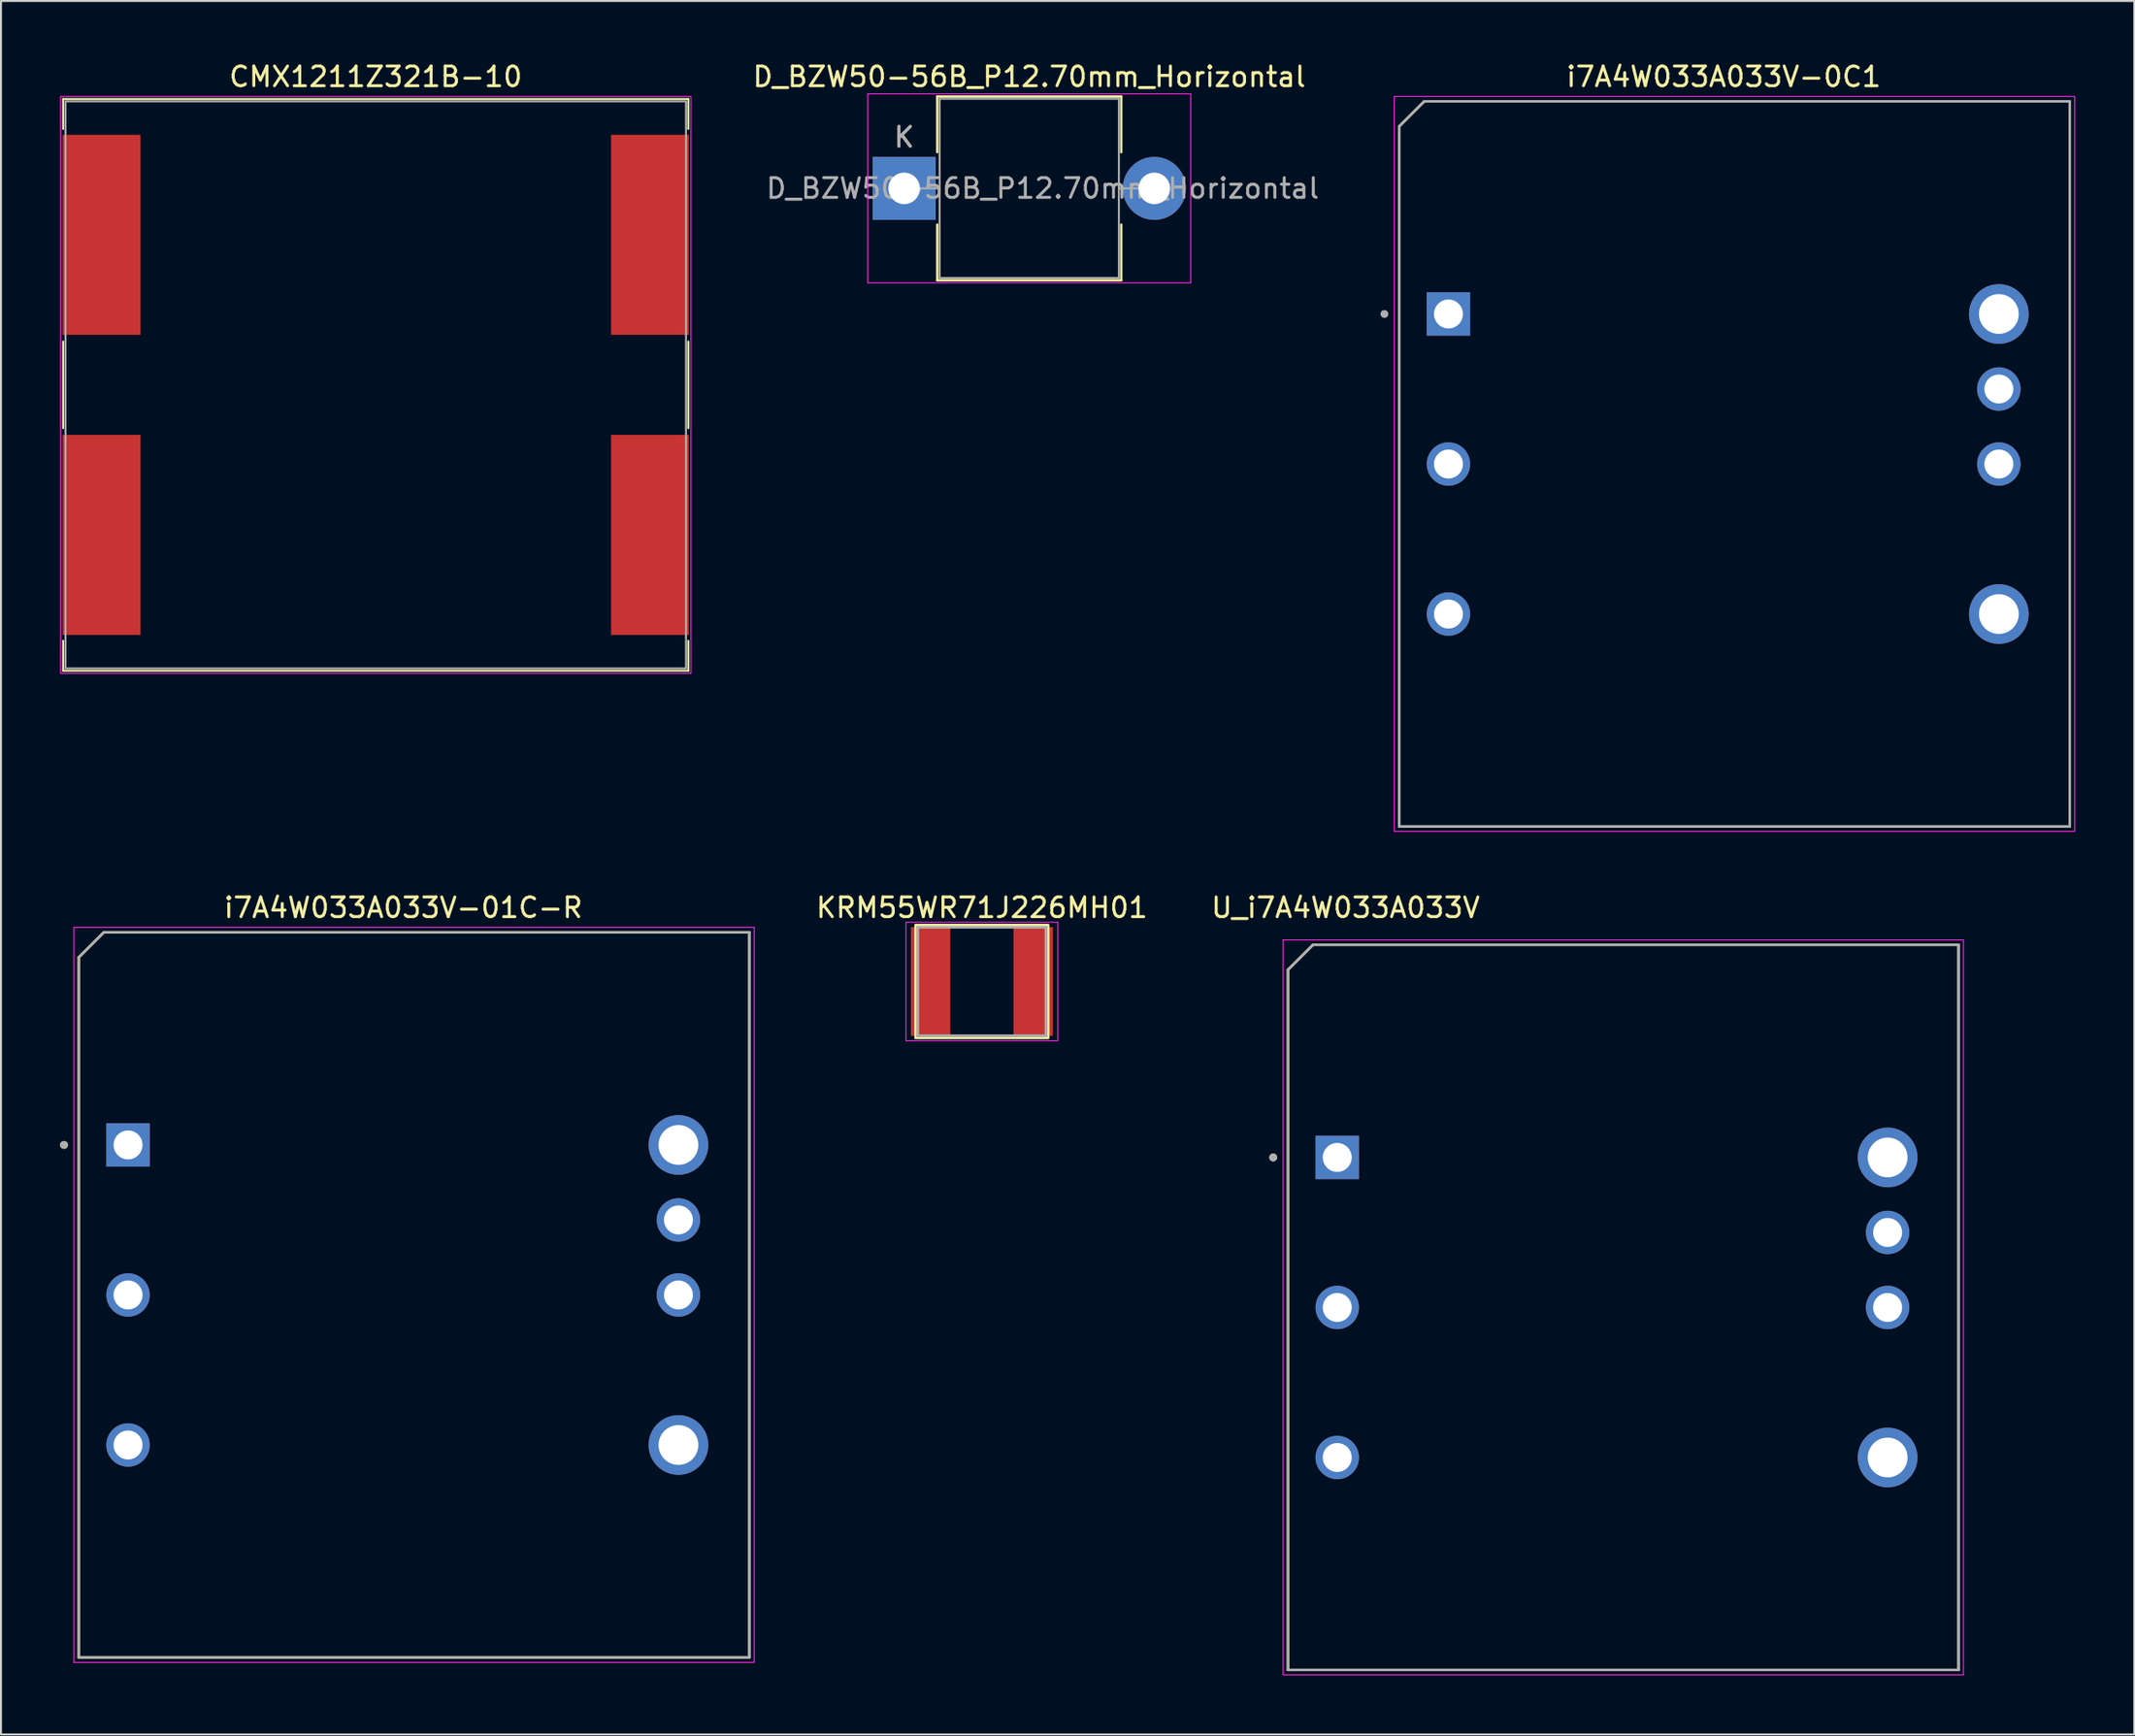
<source format=kicad_pcb>
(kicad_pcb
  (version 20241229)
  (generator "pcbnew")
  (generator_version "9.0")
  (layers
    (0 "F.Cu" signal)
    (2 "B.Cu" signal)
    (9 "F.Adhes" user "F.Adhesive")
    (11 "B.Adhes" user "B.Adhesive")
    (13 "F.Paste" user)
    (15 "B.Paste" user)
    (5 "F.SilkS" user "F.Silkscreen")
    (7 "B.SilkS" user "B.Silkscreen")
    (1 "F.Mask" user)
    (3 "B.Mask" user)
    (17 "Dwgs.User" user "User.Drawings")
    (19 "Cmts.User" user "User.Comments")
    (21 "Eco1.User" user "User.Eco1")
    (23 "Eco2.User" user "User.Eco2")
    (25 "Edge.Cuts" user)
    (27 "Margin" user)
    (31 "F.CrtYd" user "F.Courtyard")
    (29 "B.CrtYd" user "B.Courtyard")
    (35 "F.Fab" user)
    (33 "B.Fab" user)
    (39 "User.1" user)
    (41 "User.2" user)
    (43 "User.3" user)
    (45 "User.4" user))
  (footprint "i7A4W033A033V-01C-R"
    (layer "F.Cu")
    (at 17.42 62.717)
    (property "Reference" "i7A4W033A033V-01C-R" (at 0 -19.665 0) (layer "F.SilkS") (effects (font (size 1 1) (thickness 0.15))))
    (attr through_hole)
    (fp_line (start -16.47 -17.145) (end -15.2 -18.415) (stroke (width 0.127) (type solid)) (layer "F.SilkS"))
    (fp_line (start -16.47 18.415) (end -16.47 -17.145) (stroke (width 0.127) (type solid)) (layer "F.SilkS"))
    (fp_line (start -15.2 -18.415) (end 17.57 -18.415) (stroke (width 0.127) (type solid)) (layer "F.SilkS"))
    (fp_line (start 17.57 -18.415) (end 17.57 18.415) (stroke (width 0.127) (type solid)) (layer "F.SilkS"))
    (fp_line (start 17.57 18.415) (end -16.47 18.415) (stroke (width 0.127) (type solid)) (layer "F.SilkS"))
    (fp_circle (center -17.22 -7.615) (end -17.12 -7.615) (stroke (width 0.2) (type solid)) (fill no) (layer "F.SilkS"))
    (fp_line (start -16.72 -18.665) (end -16.72 18.665) (stroke (width 0.05) (type solid)) (layer "F.CrtYd"))
    (fp_line (start -16.72 18.665) (end 17.82 18.665) (stroke (width 0.05) (type solid)) (layer "F.CrtYd"))
    (fp_line (start 17.82 -18.665) (end -16.72 -18.665) (stroke (width 0.05) (type solid)) (layer "F.CrtYd"))
    (fp_line (start 17.82 18.665) (end 17.82 -18.665) (stroke (width 0.05) (type solid)) (layer "F.CrtYd"))
    (fp_line (start -16.47 -17.145) (end -15.2 -18.415) (stroke (width 0.127) (type solid)) (layer "F.Fab"))
    (fp_line (start -16.47 18.415) (end -16.47 -17.145) (stroke (width 0.127) (type solid)) (layer "F.Fab"))
    (fp_line (start -15.2 -18.415) (end 17.57 -18.415) (stroke (width 0.127) (type solid)) (layer "F.Fab"))
    (fp_line (start 17.57 -18.415) (end 17.57 18.415) (stroke (width 0.127) (type solid)) (layer "F.Fab"))
    (fp_line (start 17.57 18.415) (end -16.47 18.415) (stroke (width 0.127) (type solid)) (layer "F.Fab"))
    (fp_circle (center -17.22 -7.615) (end -17.12 -7.615) (stroke (width 0.2) (type solid)) (fill no) (layer "F.Fab"))
    (pad "1" thru_hole rect (at -13.97 -7.615) (size 2.205 2.205) (drill 1.47) (layers "*.Cu" "*.Mask"))
    (pad "2" thru_hole circle (at -13.97 0.005) (size 2.205 2.205) (drill 1.47) (layers "*.Cu" "*.Mask"))
    (pad "3" thru_hole circle (at -13.97 7.625) (size 2.205 2.205) (drill 1.47) (layers "*.Cu" "*.Mask"))
    (pad "4" thru_hole circle (at 13.97 7.625) (size 3.03 3.03) (drill 2.02) (layers "*.Cu" "*.Mask"))
    (pad "6" thru_hole circle (at 13.97 0.005) (size 2.205 2.205) (drill 1.47) (layers "*.Cu" "*.Mask"))
    (pad "7" thru_hole circle (at 13.97 -3.805) (size 2.205 2.205) (drill 1.47) (layers "*.Cu" "*.Mask"))
    (pad "8" thru_hole circle (at 13.97 -7.615) (size 3.03 3.03) (drill 2.02) (layers "*.Cu" "*.Mask")))
  (footprint "D_BZW50-56B_P12.70mm_Horizontal"
    (layer "F.Cu")
    (at 42.849 6.518)
    (property "Reference" "D_BZW50-56B_P12.70mm_Horizontal" (at 6.35 -5.67 0) (layer "F.SilkS") (effects (font (size 1 1) (thickness 0.15))))
    (attr through_hole)
    (fp_line (start 1.68 -4.67) (end 11.02 -4.67) (stroke (width 0.12) (type solid)) (layer "F.SilkS"))
    (fp_line (start 1.68 -1.84) (end 1.68 -4.67) (stroke (width 0.12) (type solid)) (layer "F.SilkS"))
    (fp_line (start 1.68 1.84) (end 1.68 4.67) (stroke (width 0.12) (type solid)) (layer "F.SilkS"))
    (fp_line (start 1.68 4.67) (end 11.02 4.67) (stroke (width 0.12) (type solid)) (layer "F.SilkS"))
    (fp_line (start 11.02 -4.67) (end 11.02 -1.84) (stroke (width 0.12) (type solid)) (layer "F.SilkS"))
    (fp_line (start 11.02 4.67) (end 11.02 1.84) (stroke (width 0.12) (type solid)) (layer "F.SilkS"))
    (fp_line (start -1.85 -4.8) (end -1.85 4.8) (stroke (width 0.05) (type solid)) (layer "F.CrtYd"))
    (fp_line (start -1.85 4.8) (end 14.55 4.8) (stroke (width 0.05) (type solid)) (layer "F.CrtYd"))
    (fp_line (start 14.55 -4.8) (end -1.85 -4.8) (stroke (width 0.05) (type solid)) (layer "F.CrtYd"))
    (fp_line (start 14.55 4.8) (end 14.55 -4.8) (stroke (width 0.05) (type solid)) (layer "F.CrtYd"))
    (fp_line (start 0 0) (end 1.8 0) (stroke (width 0.1) (type solid)) (layer "F.Fab"))
    (fp_line (start 1.8 -4.55) (end 1.8 4.55) (stroke (width 0.1) (type solid)) (layer "F.Fab"))
    (fp_line (start 1.8 4.55) (end 10.9 4.55) (stroke (width 0.1) (type solid)) (layer "F.Fab"))
    (fp_line (start 10.9 -4.55) (end 1.8 -4.55) (stroke (width 0.1) (type solid)) (layer "F.Fab"))
    (fp_line (start 10.9 4.55) (end 10.9 -4.55) (stroke (width 0.1) (type solid)) (layer "F.Fab"))
    (fp_line (start 12.7 0) (end 10.9 0) (stroke (width 0.1) (type solid)) (layer "F.Fab"))
    (fp_text user "K" (at 0 -2.6 0) (layer "F.SilkS") (effects (font (size 1 1) (thickness 0.15))))
    (fp_text user "${REFERENCE}" (at 7.032 0 0) (layer "F.Fab") (effects (font (size 1 1) (thickness 0.15))))
    (fp_text user "K" (at 0 -2.6 0) (layer "F.Fab") (effects (font (size 1 1) (thickness 0.15))))
    (pad "1" thru_hole rect (at 0 0) (size 3.2 3.2) (drill 1.6) (layers "*.Cu" "*.Mask"))
    (pad "2" thru_hole oval (at 12.7 0) (size 3.2 3.2) (drill 1.6) (layers "*.Cu" "*.Mask")))
  (footprint "U_i7A4W033A033V"
    (layer "F.Cu")
    (at 78.804 63.352)
    (property "Reference" "U_i7A4W033A033V" (at -13.545 -20.3 0) (layer "F.SilkS") (effects (font (size 1 1) (thickness 0.15))))
    (attr through_hole)
    (fp_line (start -16.47 -17.145) (end -15.2 -18.415) (stroke (width 0.127) (type solid)) (layer "F.SilkS"))
    (fp_line (start -16.47 18.415) (end -16.47 -17.145) (stroke (width 0.127) (type solid)) (layer "F.SilkS"))
    (fp_line (start -15.2 -18.415) (end 17.57 -18.415) (stroke (width 0.127) (type solid)) (layer "F.SilkS"))
    (fp_line (start 17.57 -18.415) (end 17.57 18.415) (stroke (width 0.127) (type solid)) (layer "F.SilkS"))
    (fp_line (start 17.57 18.415) (end -16.47 18.415) (stroke (width 0.127) (type solid)) (layer "F.SilkS"))
    (fp_circle (center -17.22 -7.615) (end -17.12 -7.615) (stroke (width 0.2) (type solid)) (fill no) (layer "F.SilkS"))
    (fp_line (start -16.72 -18.665) (end -16.72 18.665) (stroke (width 0.05) (type solid)) (layer "F.CrtYd"))
    (fp_line (start -16.72 18.665) (end 17.82 18.665) (stroke (width 0.05) (type solid)) (layer "F.CrtYd"))
    (fp_line (start 17.82 -18.665) (end -16.72 -18.665) (stroke (width 0.05) (type solid)) (layer "F.CrtYd"))
    (fp_line (start 17.82 18.665) (end 17.82 -18.665) (stroke (width 0.05) (type solid)) (layer "F.CrtYd"))
    (fp_line (start -16.47 -17.145) (end -15.2 -18.415) (stroke (width 0.127) (type solid)) (layer "F.Fab"))
    (fp_line (start -16.47 18.415) (end -16.47 -17.145) (stroke (width 0.127) (type solid)) (layer "F.Fab"))
    (fp_line (start -15.2 -18.415) (end 17.57 -18.415) (stroke (width 0.127) (type solid)) (layer "F.Fab"))
    (fp_line (start 17.57 -18.415) (end 17.57 18.415) (stroke (width 0.127) (type solid)) (layer "F.Fab"))
    (fp_line (start 17.57 18.415) (end -16.47 18.415) (stroke (width 0.127) (type solid)) (layer "F.Fab"))
    (fp_circle (center -17.22 -7.615) (end -17.12 -7.615) (stroke (width 0.2) (type solid)) (fill no) (layer "F.Fab"))
    (pad "1" thru_hole rect (at -13.97 -7.615) (size 2.205 2.205) (drill 1.47) (layers "*.Cu" "*.Mask"))
    (pad "2" thru_hole circle (at -13.97 0.005) (size 2.205 2.205) (drill 1.47) (layers "*.Cu" "*.Mask"))
    (pad "3" thru_hole circle (at -13.97 7.625) (size 2.205 2.205) (drill 1.47) (layers "*.Cu" "*.Mask"))
    (pad "4" thru_hole circle (at 13.97 7.625) (size 3.03 3.03) (drill 2.02) (layers "*.Cu" "*.Mask"))
    (pad "6" thru_hole circle (at 13.97 0.005) (size 2.205 2.205) (drill 1.47) (layers "*.Cu" "*.Mask"))
    (pad "7" thru_hole circle (at 13.97 -3.805) (size 2.205 2.205) (drill 1.47) (layers "*.Cu" "*.Mask"))
    (pad "8" thru_hole circle (at 13.97 -7.615) (size 3.03 3.03) (drill 2.02) (layers "*.Cu" "*.Mask")))
  (footprint "KRM55WR71J226MH01"
    (layer "F.Cu")
    (at 46.795 46.801)
    (property "Reference" "KRM55WR71J226MH01" (at 0 -3.75 0) (layer "F.SilkS") (effects (font (size 1 1) (thickness 0.15))))
    (attr smd)
    (fp_rect (start -3.37 -2.87) (end 3.37 2.87) (stroke (width 0.12) (type solid)) (fill no) (layer "F.SilkS"))
    (fp_line (start -3.854 -3.008) (end 3.854 -3.008) (stroke (width 0.05) (type solid)) (layer "F.CrtYd"))
    (fp_line (start -3.854 3.008) (end -3.854 -3.008) (stroke (width 0.05) (type solid)) (layer "F.CrtYd"))
    (fp_line (start -3.854 3.008) (end 3.854 3.008) (stroke (width 0.05) (type solid)) (layer "F.CrtYd"))
    (fp_line (start 3.854 3.008) (end 3.854 -3.008) (stroke (width 0.05) (type solid)) (layer "F.CrtYd"))
    (fp_line (start -3.25 2.75) (end -3.25 -2.75) (stroke (width 0.127) (type solid)) (layer "F.Fab"))
    (fp_line (start 3.25 -2.75) (end -3.25 -2.75) (stroke (width 0.127) (type solid)) (layer "F.Fab"))
    (fp_line (start 3.25 2.75) (end -3.25 2.75) (stroke (width 0.127) (type solid)) (layer "F.Fab"))
    (fp_line (start 3.25 2.75) (end 3.25 -2.75) (stroke (width 0.127) (type solid)) (layer "F.Fab"))
    (pad "1" smd rect (at -2.603 0) (size 2 5.52) (layers "F.Cu" "F.Mask" "F.Paste"))
    (pad "2" smd rect (at 2.603 0) (size 2 5.52) (layers "F.Cu" "F.Mask" "F.Paste")))
  (footprint "CMX1211Z321B-10"
    (layer "F.Cu")
    (at 16.025 16.498)
    (property "Reference" "CMX1211Z321B-10" (at 0 -15.65 0) (unlocked yes) (layer "F.SilkS") (effects (font (size 1 1) (thickness 0.15))))
    (attr smd)
    (fp_line (start -15.87 -14.52) (end -15.87 -13) (stroke (width 0.1) (type solid)) (layer "F.SilkS"))
    (fp_line (start -15.87 -2.2) (end -15.87 2.2) (stroke (width 0.1) (type solid)) (layer "F.SilkS"))
    (fp_line (start -15.87 13) (end -15.87 14.52) (stroke (width 0.1) (type solid)) (layer "F.SilkS"))
    (fp_line (start -15.87 14.52) (end 15.87 14.52) (stroke (width 0.1) (type solid)) (layer "F.SilkS"))
    (fp_line (start 15.87 -14.52) (end -15.87 -14.52) (stroke (width 0.1) (type solid)) (layer "F.SilkS"))
    (fp_line (start 15.87 -13) (end 15.87 -14.52) (stroke (width 0.1) (type solid)) (layer "F.SilkS"))
    (fp_line (start 15.87 2.2) (end 15.87 -2.2) (stroke (width 0.1) (type solid)) (layer "F.SilkS"))
    (fp_line (start 15.87 14.52) (end 15.87 13) (stroke (width 0.1) (type solid)) (layer "F.SilkS"))
    (fp_rect (start 16 -14.65) (end -16 14.65) (stroke (width 0.05) (type solid)) (fill no) (layer "F.CrtYd"))
    (fp_rect (start 15.75 -14.4) (end -15.75 14.4) (stroke (width 0.1) (type solid)) (fill no) (layer "F.Fab"))
    (pad "1" smd rect (at -13.92 -7.62) (size 3.95 10.16) (layers "F.Cu" "F.Mask" "F.Paste"))
    (pad "2" smd rect (at 13.92 -7.62) (size 3.95 10.16) (layers "F.Cu" "F.Mask" "F.Paste"))
    (pad "3" smd rect (at 13.92 7.62) (size 3.95 10.16) (layers "F.Cu" "F.Mask" "F.Paste"))
    (pad "4" smd rect (at -13.92 7.62) (size 3.95 10.16) (layers "F.Cu" "F.Mask" "F.Paste")))
  (footprint "i7A4W033A033V-0C1"
    (layer "F.Cu")
    (at 84.45 20.513)
    (property "Reference" "i7A4W033A033V-0C1" (at 0 -19.665 0) (layer "F.SilkS") (effects (font (size 1 1) (thickness 0.15))))
    (attr through_hole)
    (fp_line (start -16.47 -17.145) (end -15.2 -18.415) (stroke (width 0.127) (type solid)) (layer "F.SilkS"))
    (fp_line (start -16.47 18.415) (end -16.47 -17.145) (stroke (width 0.127) (type solid)) (layer "F.SilkS"))
    (fp_line (start -15.2 -18.415) (end 17.57 -18.415) (stroke (width 0.127) (type solid)) (layer "F.SilkS"))
    (fp_line (start 17.57 -18.415) (end 17.57 18.415) (stroke (width 0.127) (type solid)) (layer "F.SilkS"))
    (fp_line (start 17.57 18.415) (end -16.47 18.415) (stroke (width 0.127) (type solid)) (layer "F.SilkS"))
    (fp_line (start -16.72 -18.665) (end -16.72 18.665) (stroke (width 0.05) (type solid)) (layer "F.CrtYd"))
    (fp_line (start -16.72 18.665) (end 17.82 18.665) (stroke (width 0.05) (type solid)) (layer "F.CrtYd"))
    (fp_line (start 17.82 -18.665) (end -16.72 -18.665) (stroke (width 0.05) (type solid)) (layer "F.CrtYd"))
    (fp_line (start 17.82 18.665) (end 17.82 -18.665) (stroke (width 0.05) (type solid)) (layer "F.CrtYd"))
    (fp_line (start -16.47 -17.145) (end -15.2 -18.415) (stroke (width 0.127) (type solid)) (layer "F.Fab"))
    (fp_line (start -16.47 18.415) (end -16.47 -17.145) (stroke (width 0.127) (type solid)) (layer "F.Fab"))
    (fp_line (start -15.2 -18.415) (end 17.57 -18.415) (stroke (width 0.127) (type solid)) (layer "F.Fab"))
    (fp_line (start 17.57 -18.415) (end 17.57 18.415) (stroke (width 0.127) (type solid)) (layer "F.Fab"))
    (fp_line (start 17.57 18.415) (end -16.47 18.415) (stroke (width 0.127) (type solid)) (layer "F.Fab"))
    (fp_circle (center -17.22 -7.615) (end -17.12 -7.615) (stroke (width 0.2) (type solid)) (fill no) (layer "F.Fab"))
    (pad "1" thru_hole rect (at -13.97 -7.615) (size 2.205 2.205) (drill 1.47) (layers "*.Cu" "*.Mask"))
    (pad "2" thru_hole circle (at -13.97 0.005) (size 2.205 2.205) (drill 1.47) (layers "*.Cu" "*.Mask"))
    (pad "3" thru_hole circle (at -13.97 7.625) (size 2.205 2.205) (drill 1.47) (layers "*.Cu" "*.Mask"))
    (pad "4" thru_hole circle (at 13.97 7.625) (size 3.03 3.03) (drill 2.02) (layers "*.Cu" "*.Mask"))
    (pad "6" thru_hole circle (at 13.97 0.005) (size 2.205 2.205) (drill 1.47) (layers "*.Cu" "*.Mask"))
    (pad "7" thru_hole circle (at 13.97 -3.805) (size 2.205 2.205) (drill 1.47) (layers "*.Cu" "*.Mask"))
    (pad "8" thru_hole circle (at 13.97 -7.615) (size 3.03 3.03) (drill 2.02) (layers "*.Cu" "*.Mask")))
  (gr_rect
    (start -3 -3)
    (end 105.295 85.041)
    (stroke (width 0.1) (type default))
    (fill no)
    (layer "Edge.Cuts")))
</source>
